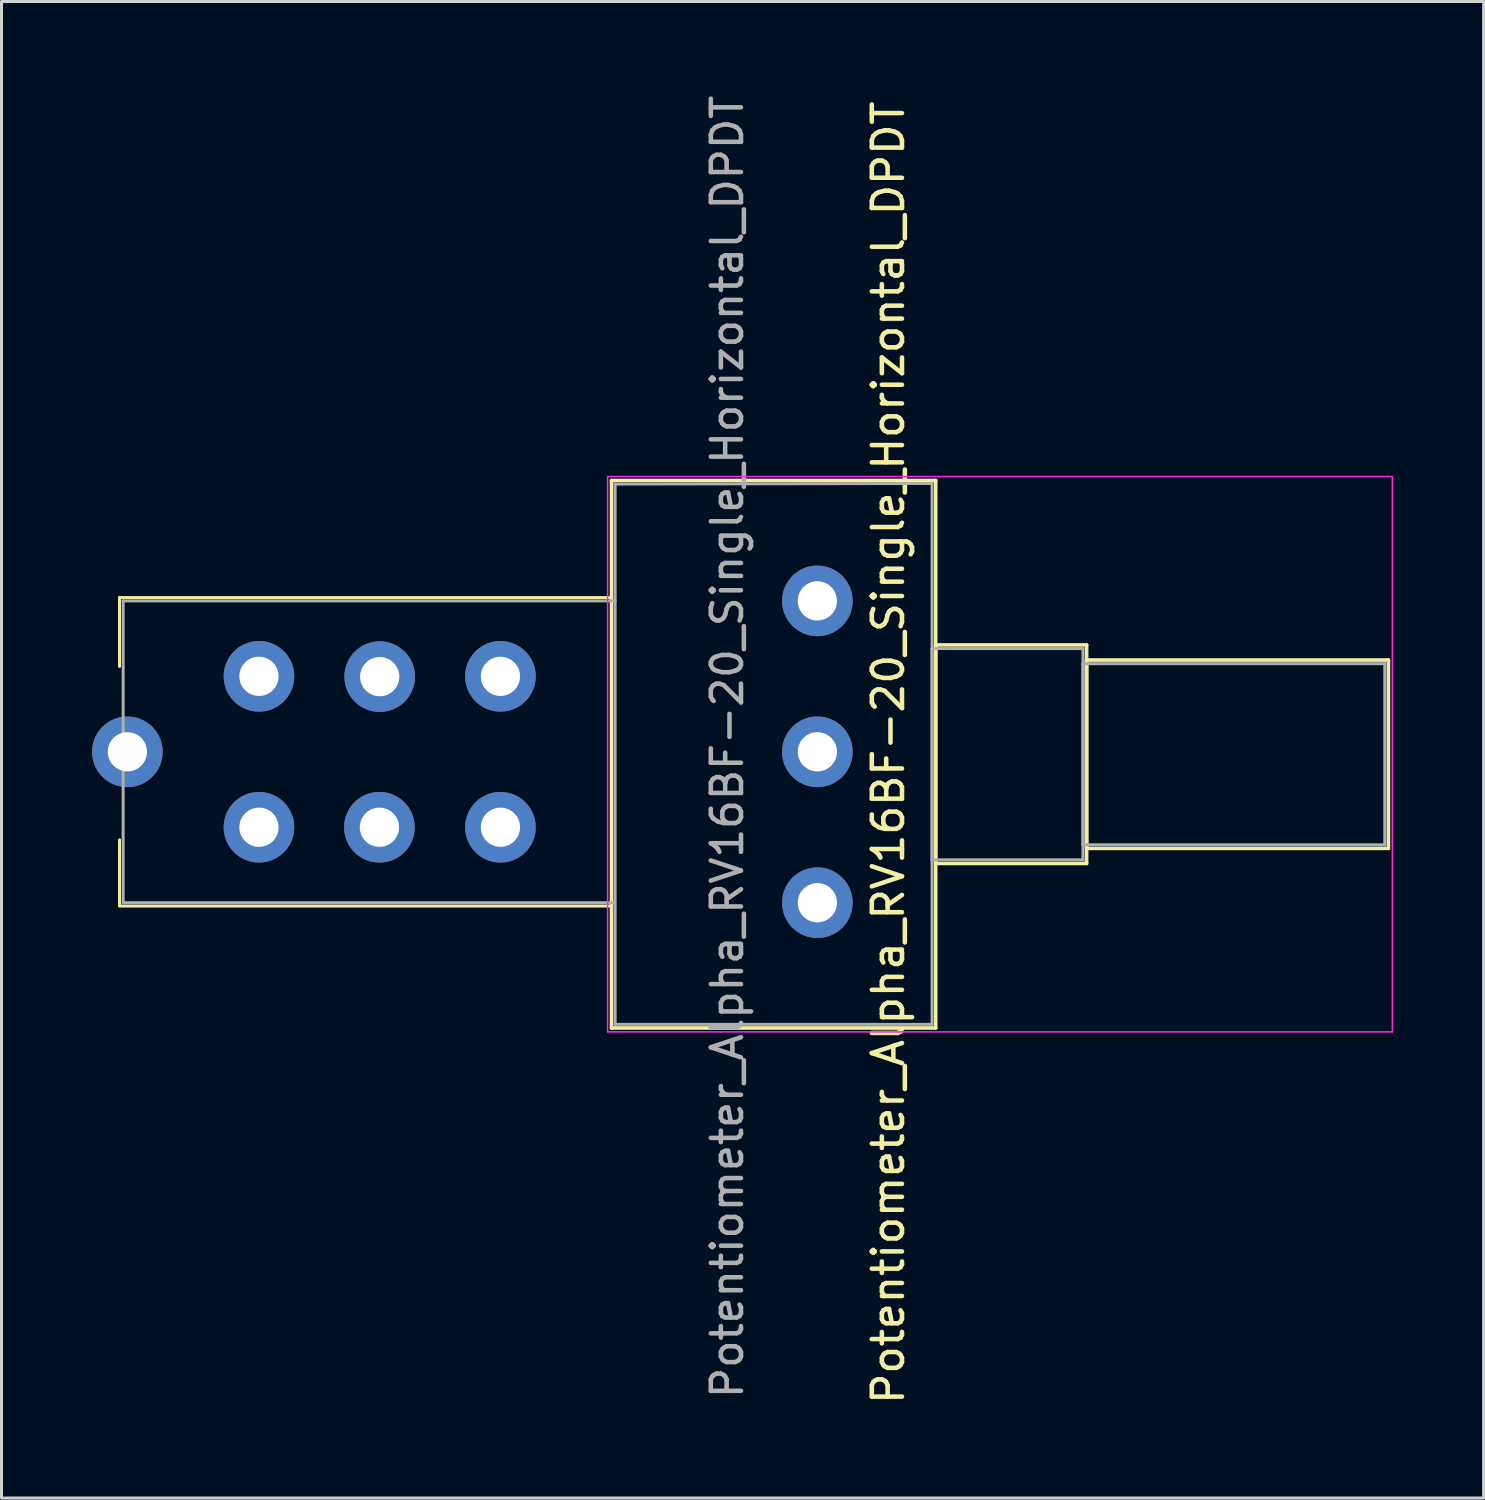
<source format=kicad_pcb>
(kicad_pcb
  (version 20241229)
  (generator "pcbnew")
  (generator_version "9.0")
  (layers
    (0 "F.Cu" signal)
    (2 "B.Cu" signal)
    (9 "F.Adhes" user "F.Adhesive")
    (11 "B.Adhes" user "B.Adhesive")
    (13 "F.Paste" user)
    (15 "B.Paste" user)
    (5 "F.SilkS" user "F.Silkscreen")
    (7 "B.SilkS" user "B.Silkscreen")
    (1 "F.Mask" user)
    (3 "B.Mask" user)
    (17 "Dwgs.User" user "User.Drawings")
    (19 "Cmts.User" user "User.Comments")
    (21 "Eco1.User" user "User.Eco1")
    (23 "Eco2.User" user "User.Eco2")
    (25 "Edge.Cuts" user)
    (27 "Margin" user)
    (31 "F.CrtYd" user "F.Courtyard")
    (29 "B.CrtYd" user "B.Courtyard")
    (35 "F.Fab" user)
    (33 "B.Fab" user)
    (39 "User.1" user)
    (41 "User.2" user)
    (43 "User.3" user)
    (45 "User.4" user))
  (footprint "Potentiometer_Alpha_RV16BF-20_Single_Horizontal_DPDT"
    (layer "F.Cu")
    (at 24.03 21.858)
    (property "Reference" "Potentiometer_Alpha_RV16BF-20_Single_Horizontal_DPDT" (at 2.349 0.029 90) (layer "F.SilkS") (effects (font (size 1 1) (thickness 0.15))))
    (attr through_hole)
    (fp_line (start -23.12 -2.83) (end -23.12 -5.11) (stroke (width 0.1) (type solid)) (layer "F.SilkS"))
    (fp_line (start -23.12 5.1) (end -23.12 2.92) (stroke (width 0.1) (type solid)) (layer "F.SilkS"))
    (fp_line (start -23.12 5.11) (end -6.82 5.11) (stroke (width 0.1) (type solid)) (layer "F.SilkS"))
    (fp_line (start -23.1 -5.11) (end -23.12 -5.11) (stroke (width 0.1) (type solid)) (layer "F.SilkS"))
    (fp_line (start -6.82 -8.99) (end -6.82 9.15) (stroke (width 0.12) (type solid)) (layer "F.SilkS"))
    (fp_line (start -6.82 -8.99) (end 3.92 -8.99) (stroke (width 0.12) (type solid)) (layer "F.SilkS"))
    (fp_line (start -6.82 -5.11) (end -23.1 -5.11) (stroke (width 0.1) (type solid)) (layer "F.SilkS"))
    (fp_line (start -6.82 9.15) (end 3.92 9.15) (stroke (width 0.12) (type solid)) (layer "F.SilkS"))
    (fp_line (start 3.92 -8.99) (end 3.92 9.15) (stroke (width 0.12) (type solid)) (layer "F.SilkS"))
    (fp_line (start 3.92 -3.54) (end 3.92 3.7) (stroke (width 0.12) (type solid)) (layer "F.SilkS"))
    (fp_line (start 3.92 -3.54) (end 8.92 -3.54) (stroke (width 0.12) (type solid)) (layer "F.SilkS"))
    (fp_line (start 3.92 3.7) (end 8.92 3.7) (stroke (width 0.12) (type solid)) (layer "F.SilkS"))
    (fp_line (start 8.92 -3.54) (end 8.92 3.7) (stroke (width 0.12) (type solid)) (layer "F.SilkS"))
    (fp_line (start 8.92 -3.04) (end 8.92 3.201) (stroke (width 0.12) (type solid)) (layer "F.SilkS"))
    (fp_line (start 8.92 -3.04) (end 18.92 -3.04) (stroke (width 0.12) (type solid)) (layer "F.SilkS"))
    (fp_line (start 8.92 3.201) (end 18.92 3.201) (stroke (width 0.12) (type solid)) (layer "F.SilkS"))
    (fp_line (start 18.92 -3.04) (end 18.92 3.201) (stroke (width 0.12) (type solid)) (layer "F.SilkS"))
    (fp_line (start -6.95 -9.12) (end -6.95 9.28) (stroke (width 0.05) (type solid)) (layer "F.CrtYd"))
    (fp_line (start -6.95 9.28) (end 19.05 9.28) (stroke (width 0.05) (type solid)) (layer "F.CrtYd"))
    (fp_line (start 19.05 -9.12) (end -6.95 -9.12) (stroke (width 0.05) (type solid)) (layer "F.CrtYd"))
    (fp_line (start 19.05 9.28) (end 19.05 -9.12) (stroke (width 0.05) (type solid)) (layer "F.CrtYd"))
    (fp_line (start -23 -5) (end -6.7 -5) (stroke (width 0.1) (type solid)) (layer "F.Fab"))
    (fp_line (start -23 5) (end -23 -5) (stroke (width 0.1) (type solid)) (layer "F.Fab"))
    (fp_line (start -6.72 5) (end -23 5) (stroke (width 0.1) (type solid)) (layer "F.Fab"))
    (fp_line (start -6.7 -8.87) (end -6.7 9.03) (stroke (width 0.1) (type solid)) (layer "F.Fab"))
    (fp_line (start -6.7 9.03) (end 3.8 9.03) (stroke (width 0.1) (type solid)) (layer "F.Fab"))
    (fp_line (start 3.8 -8.89) (end -6.7 -8.87) (stroke (width 0.1) (type solid)) (layer "F.Fab"))
    (fp_line (start 3.8 -3.42) (end 3.8 3.58) (stroke (width 0.1) (type solid)) (layer "F.Fab"))
    (fp_line (start 3.8 3.58) (end 8.8 3.58) (stroke (width 0.1) (type solid)) (layer "F.Fab"))
    (fp_line (start 3.8 9.03) (end 3.8 -8.87) (stroke (width 0.1) (type solid)) (layer "F.Fab"))
    (fp_line (start 8.8 -3.42) (end 3.8 -3.42) (stroke (width 0.1) (type solid)) (layer "F.Fab"))
    (fp_line (start 8.8 -2.92) (end 8.8 3.08) (stroke (width 0.1) (type solid)) (layer "F.Fab"))
    (fp_line (start 8.8 3.08) (end 18.8 3.08) (stroke (width 0.1) (type solid)) (layer "F.Fab"))
    (fp_line (start 8.8 3.58) (end 8.8 -3.42) (stroke (width 0.1) (type solid)) (layer "F.Fab"))
    (fp_line (start 18.8 -2.92) (end 8.8 -2.92) (stroke (width 0.1) (type solid)) (layer "F.Fab"))
    (fp_line (start 18.8 3.08) (end 18.8 -2.92) (stroke (width 0.1) (type solid)) (layer "F.Fab"))
    (fp_text user "${REFERENCE}" (at -2.985 -0.162 90) (layer "F.Fab") (effects (font (size 1 1) (thickness 0.15))))
    (pad "1" thru_hole circle (at 0 5) (size 2.34 2.34) (drill 1.3) (layers "*.Cu" "*.Mask"))
    (pad "2" thru_hole circle (at 0 0) (size 2.34 2.34) (drill 1.3) (layers "*.Cu" "*.Mask"))
    (pad "3" thru_hole circle (at 0 -5) (size 2.34 2.34) (drill 1.3) (layers "*.Cu" "*.Mask"))
    (pad "4" thru_hole circle (at -10.5 2.5) (size 2.34 2.34) (drill 1.3) (layers "*.Cu" "*.Mask"))
    (pad "5" thru_hole circle (at -14.51 2.5) (size 2.34 2.34) (drill 1.3) (layers "*.Cu" "*.Mask"))
    (pad "6" thru_hole circle (at -18.5 2.5) (size 2.34 2.34) (drill 1.3) (layers "*.Cu" "*.Mask"))
    (pad "7" thru_hole circle (at -10.5 -2.5) (size 2.34 2.34) (drill 1.3) (layers "*.Cu" "*.Mask"))
    (pad "8" thru_hole circle (at -14.5 -2.49) (size 2.34 2.34) (drill 1.3) (layers "*.Cu" "*.Mask"))
    (pad "9" thru_hole circle (at -18.5 -2.5) (size 2.34 2.34) (drill 1.3) (layers "*.Cu" "*.Mask"))
    (pad "10" thru_hole circle (at -22.86 0) (size 2.34 2.34) (drill 1.3) (layers "*.Cu" "*.Mask")))
  (gr_rect
    (start -3 -3)
    (end 46.105 46.583)
    (stroke (width 0.1) (type default))
    (fill no)
    (layer "Edge.Cuts")))
</source>
